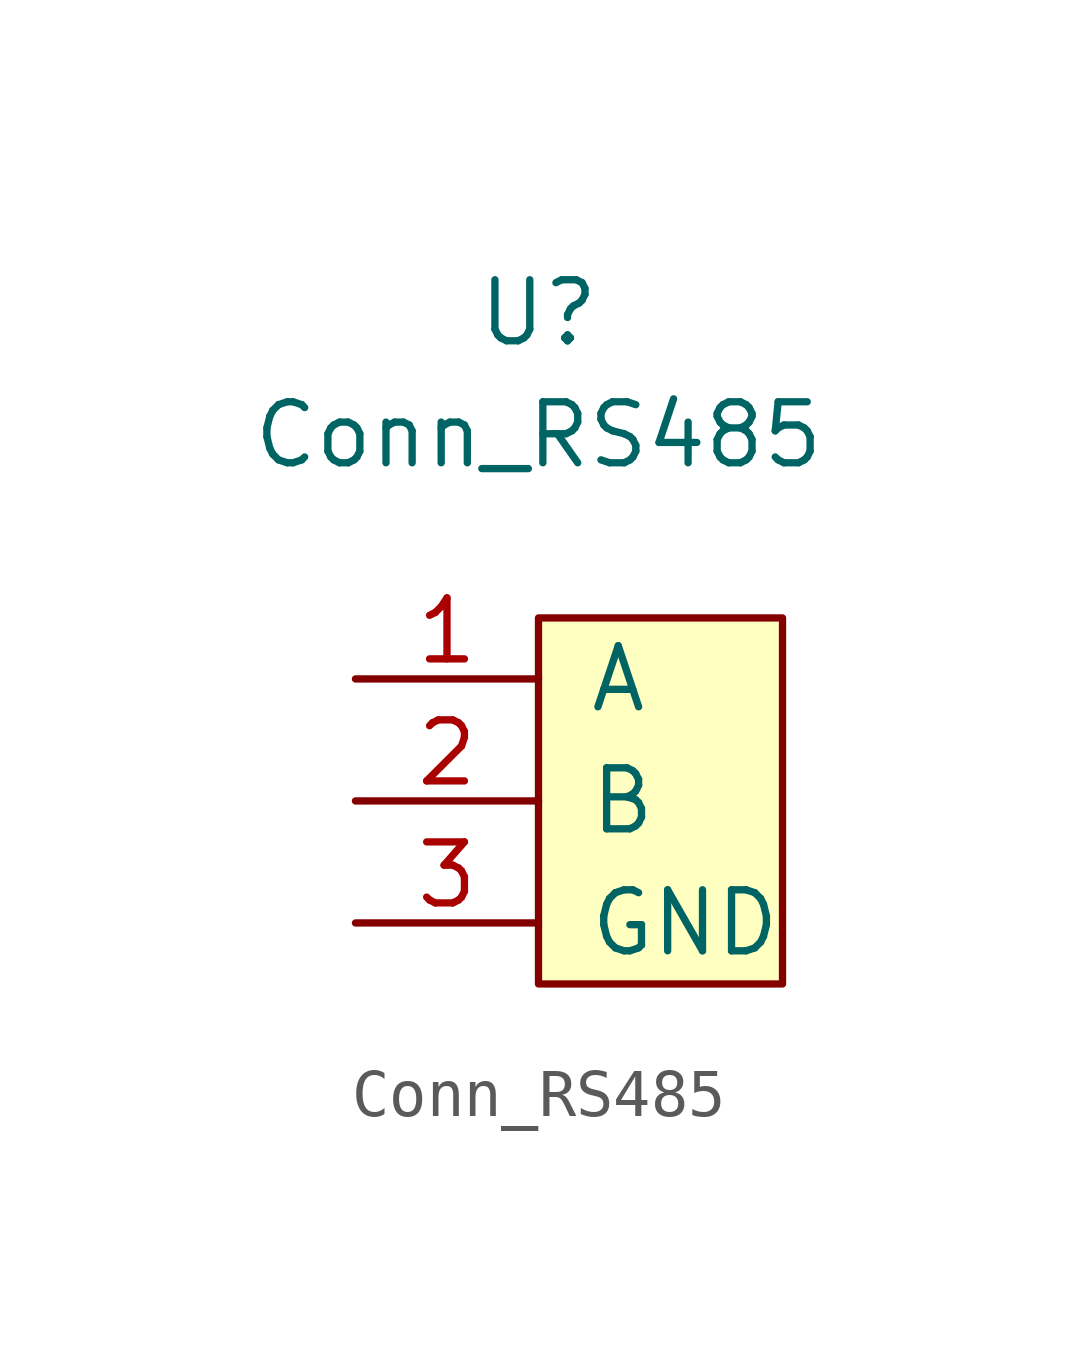
<source format=kicad_sym>
(kicad_symbol_lib
  (version 20211014)
  (generator kicad_symbol_editor)
  (symbol "Conn_RS485"
    (pin_names
      (offset 1.016))
    (property "Reference" "U"
      (at -2.54 10.16 0)
      (effects (font (size 1.27 1.27))))
    (property "Value" "Conn_RS485"
      (at -2.54 7.62 0)
      (effects (font (size 1.27 1.27))))
    (symbol "Conn_RS485_0_1"
      (rectangle (start -2.54 3.81) (end 2.54 -3.81) (stroke (width 0) (type default) (color 0 0 0 0)) (fill (type background))))
    (symbol "Conn_RS485_1_1"
      (pin passive line (at -6.35 2.54 0) (length 3.81) (name "A" (effects (font (size 1.27 1.27)))) (number "1" (effects (font (size 1.27 1.27)))))
      (pin passive line (at -6.35 0 0) (length 3.81) (name "B" (effects (font (size 1.27 1.27)))) (number "2" (effects (font (size 1.27 1.27)))))
      (pin power_in line (at -6.35 -2.54 0) (length 3.81) (name "GND" (effects (font (size 1.27 1.27)))) (number "3" (effects (font (size 1.27 1.27))))))))
</source>
